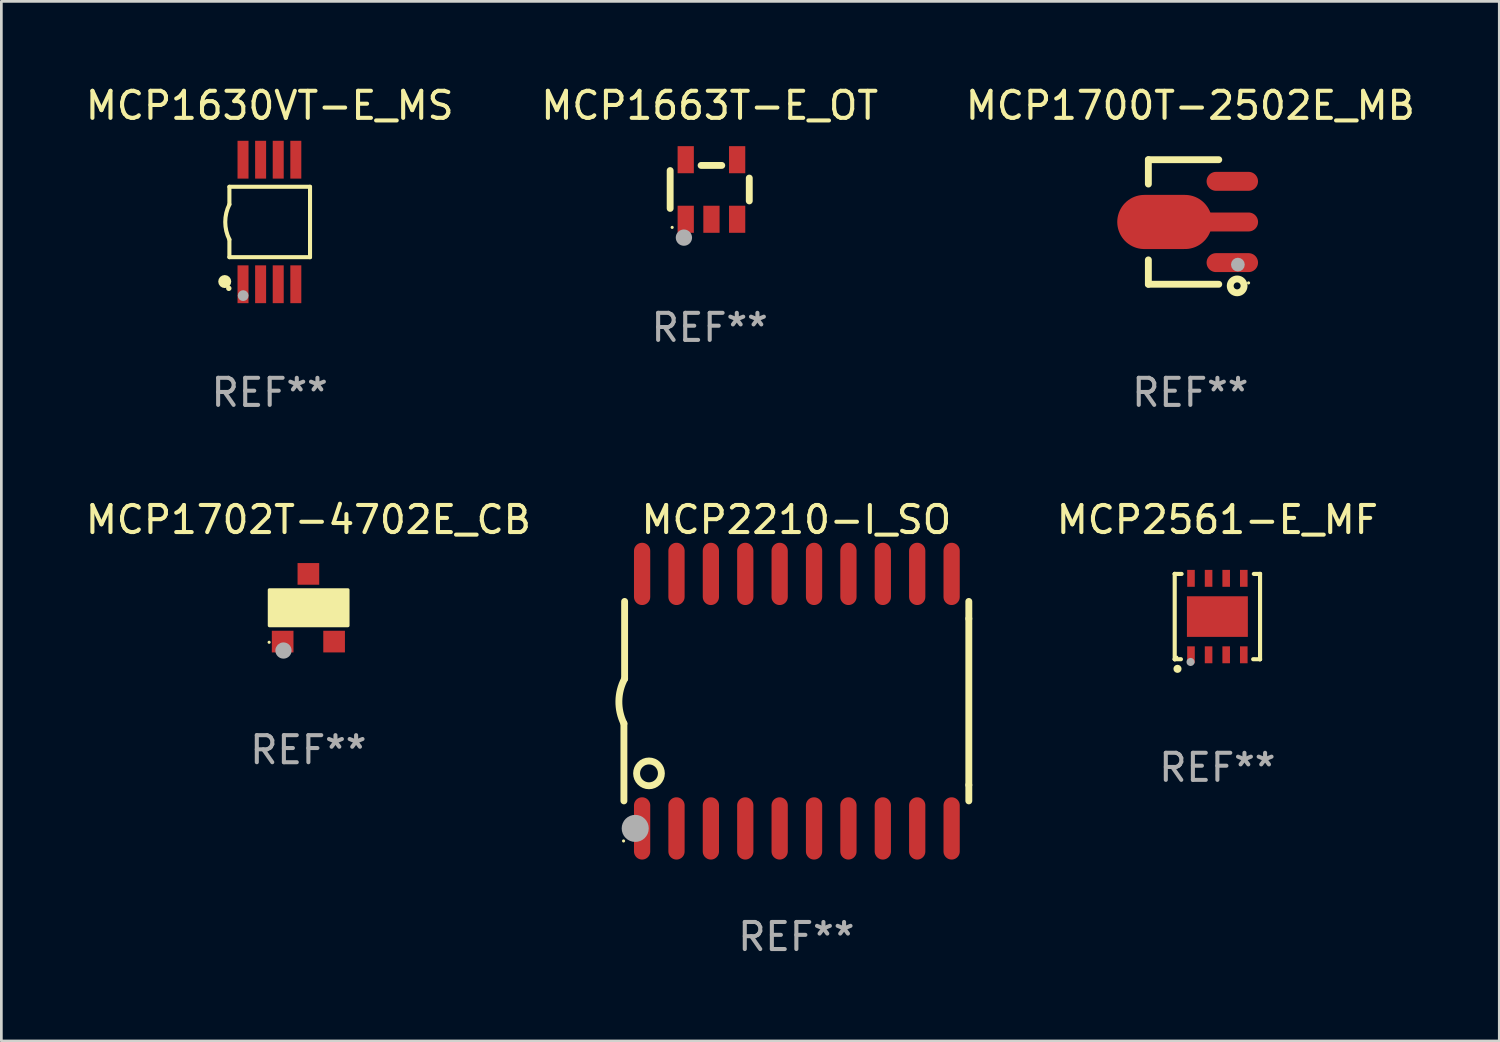
<source format=kicad_pcb>
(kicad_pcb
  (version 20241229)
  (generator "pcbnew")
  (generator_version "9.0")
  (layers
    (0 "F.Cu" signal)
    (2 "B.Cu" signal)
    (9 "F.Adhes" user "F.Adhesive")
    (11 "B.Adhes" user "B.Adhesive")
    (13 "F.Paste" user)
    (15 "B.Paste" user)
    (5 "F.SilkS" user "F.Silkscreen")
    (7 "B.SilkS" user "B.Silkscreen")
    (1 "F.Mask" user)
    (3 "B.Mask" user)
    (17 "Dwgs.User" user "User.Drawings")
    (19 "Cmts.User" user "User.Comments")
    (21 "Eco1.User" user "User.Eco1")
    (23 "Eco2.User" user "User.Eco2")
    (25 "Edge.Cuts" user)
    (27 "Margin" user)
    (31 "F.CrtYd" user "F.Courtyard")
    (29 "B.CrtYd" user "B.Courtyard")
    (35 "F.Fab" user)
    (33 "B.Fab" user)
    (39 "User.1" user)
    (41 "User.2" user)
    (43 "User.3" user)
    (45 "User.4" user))
  (footprint "MCP1630VT-E_MS"
    (layer "F.Cu")
    (at 6.911 5.148)
    (property "Reference" "MCP1630VT-E_MS" (at 0 -4.3 0) (layer "F.SilkS") (effects (font (size 1 1) (thickness 0.15))))
    (attr through_hole)
    (fp_line (start -1.489 -1.3) (end -1.489 -0.648) (stroke (width 0.15) (type solid)) (layer "F.SilkS"))
    (fp_line (start -1.489 0.648) (end -1.489 1.3) (stroke (width 0.15) (type solid)) (layer "F.SilkS"))
    (fp_line (start -1.489 1.3) (end 1.489 1.3) (stroke (width 0.15) (type solid)) (layer "F.SilkS"))
    (fp_line (start 1.489 -1.3) (end -1.489 -1.3) (stroke (width 0.15) (type solid)) (layer "F.SilkS"))
    (fp_line (start 1.489 1.3) (end 1.489 -1.3) (stroke (width 0.15) (type solid)) (layer "F.SilkS"))
    (fp_arc (start -1.489205 0.647702) (mid -1.642107 0) (end -1.489205 -0.647701) (stroke (width 0.150013) (type solid)) (layer "F.SilkS"))
    (fp_circle (center -1.661 2.2) (end -1.541 2.2) (stroke (width 0.24) (type solid)) (fill no) (layer "F.SilkS"))
    (fp_circle (center -1.511 2.45) (end -1.461 2.45) (stroke (width 0.1) (type solid)) (fill no) (layer "F.SilkS"))
    (fp_circle (center -0.981 2.72) (end -0.881 2.72) (stroke (width 0.2) (type solid)) (fill no) (layer "F.Fab"))
    (fp_text user "REF**" (at 0 6.3 0) (layer "F.Fab") (effects (font (size 1 1) (thickness 0.15))))
    (pad "1" smd rect (at -0.986 2.3) (size 0.406 1.397) (layers "F.Cu" "F.Mask" "F.Paste"))
    (pad "2" smd rect (at -0.336 2.3) (size 0.406 1.397) (layers "F.Cu" "F.Mask" "F.Paste"))
    (pad "3" smd rect (at 0.314 2.3) (size 0.406 1.397) (layers "F.Cu" "F.Mask" "F.Paste"))
    (pad "4" smd rect (at 0.964 2.3) (size 0.406 1.397) (layers "F.Cu" "F.Mask" "F.Paste"))
    (pad "5" smd rect (at 0.964 -2.3) (size 0.406 1.397) (layers "F.Cu" "F.Mask" "F.Paste"))
    (pad "6" smd rect (at 0.314 -2.3) (size 0.406 1.397) (layers "F.Cu" "F.Mask" "F.Paste"))
    (pad "7" smd rect (at -0.336 -2.3) (size 0.406 1.397) (layers "F.Cu" "F.Mask" "F.Paste"))
    (pad "8" smd rect (at -0.986 -2.3) (size 0.406 1.397) (layers "F.Cu" "F.Mask" "F.Paste")))
  (footprint "MCP1700T-2502E_MB"
    (layer "F.Cu")
    (at 40.911 5.148)
    (property "Reference" "MCP1700T-2502E_MB" (at 0 -4.3 0) (layer "F.SilkS") (effects (font (size 1 1) (thickness 0.15))))
    (attr through_hole)
    (fp_line (start -1.55 -2.3) (end -1.55 -1.4) (stroke (width 0.254) (type solid)) (layer "F.SilkS"))
    (fp_line (start -1.55 1.4) (end -1.55 2.3) (stroke (width 0.254) (type solid)) (layer "F.SilkS"))
    (fp_line (start -1.55 2.3) (end 1.05 2.3) (stroke (width 0.254) (type solid)) (layer "F.SilkS"))
    (fp_line (start 1.05 -2.3) (end -1.55 -2.3) (stroke (width 0.254) (type solid)) (layer "F.SilkS"))
    (fp_circle (center 1.729 2.36) (end 1.985 2.36) (stroke (width 0.254) (type solid)) (fill no) (layer "F.SilkS"))
    (fp_circle (center 2.15 2.25) (end 2.18 2.25) (stroke (width 0.06) (type solid)) (fill no) (layer "F.SilkS"))
    (fp_circle (center 1.756 1.575) (end 1.883 1.575) (stroke (width 0.254) (type solid)) (fill no) (layer "F.Fab"))
    (fp_text user "REF**" (at 0 6.3 0) (layer "F.Fab") (effects (font (size 1 1) (thickness 0.15))))
    (pad "1" smd oval (at 1.55 1.501 270) (size 0.7 1.9) (layers "F.Cu" "F.Mask" "F.Paste"))
    (pad "2" smd oval (at -0.949 0 270) (size 2 3.5) (layers "F.Cu" "F.Mask" "F.Paste"))
    (pad "2" smd oval (at 1.451 0) (size 2.1 0.7) (layers "F.Cu" "F.Mask" "F.Paste"))
    (pad "3" smd oval (at 1.55 -1.501 270) (size 0.7 1.9) (layers "F.Cu" "F.Mask" "F.Paste")))
  (footprint "MCP1663T-E_OT"
    (layer "F.Cu")
    (at 23.161 3.948)
    (property "Reference" "MCP1663T-E_OT" (at 0 -3.1 0) (layer "F.SilkS") (effects (font (size 1 1) (thickness 0.15))))
    (attr through_hole)
    (fp_line (start -1.461 -0.699) (end -1.461 0.699) (stroke (width 0.254) (type solid)) (layer "F.SilkS"))
    (fp_line (start -0.318 -0.889) (end 0.445 -0.889) (stroke (width 0.254) (type solid)) (layer "F.SilkS"))
    (fp_line (start 1.461 -0.422) (end 1.461 0.422) (stroke (width 0.254) (type solid)) (layer "F.SilkS"))
    (fp_circle (center -1.387 1.4) (end -1.357 1.4) (stroke (width 0.06) (type solid)) (fill no) (layer "F.SilkS"))
    (fp_circle (center -0.953 1.778) (end -0.802 1.778) (stroke (width 0.3) (type solid)) (fill no) (layer "F.Fab"))
    (fp_text user "REF**" (at 0 5.1 0) (layer "F.Fab") (effects (font (size 1 1) (thickness 0.15))))
    (pad "1" smd rect (at -0.886 1.1) (size 0.6 1) (layers "F.Cu" "F.Mask" "F.Paste"))
    (pad "2" smd rect (at 0.064 1.1) (size 0.6 1) (layers "F.Cu" "F.Mask" "F.Paste"))
    (pad "3" smd rect (at 1.013 1.1) (size 0.6 1) (layers "F.Cu" "F.Mask" "F.Paste"))
    (pad "4" smd rect (at 1.013 -1.1) (size 0.6 1) (layers "F.Cu" "F.Mask" "F.Paste"))
    (pad "5" smd rect (at -0.886 -1.1) (size 0.6 1) (layers "F.Cu" "F.Mask" "F.Paste")))
  (footprint "MCP2561-E_MF"
    (layer "F.Cu")
    (at 41.91 19.721)
    (property "Reference" "MCP2561-E_MF" (at 0 -3.576 0) (layer "F.SilkS") (effects (font (size 1 1) (thickness 0.15))))
    (attr through_hole)
    (fp_line (start -1.576 -1.576) (end -1.576 -1.576) (stroke (width 0.152) (type solid)) (layer "F.SilkS"))
    (fp_line (start -1.576 -1.576) (end -1.576 1.576) (stroke (width 0.152) (type solid)) (layer "F.SilkS"))
    (fp_line (start -1.576 1.576) (end -1.576 1.576) (stroke (width 0.152) (type solid)) (layer "F.SilkS"))
    (fp_line (start -1.576 1.576) (end -1.346 1.575) (stroke (width 0.152) (type solid)) (layer "F.SilkS"))
    (fp_line (start -1.321 -1.575) (end -1.576 -1.576) (stroke (width 0.152) (type solid)) (layer "F.SilkS"))
    (fp_line (start 1.321 1.575) (end 1.576 1.576) (stroke (width 0.152) (type solid)) (layer "F.SilkS"))
    (fp_line (start 1.576 -1.576) (end 1.346 -1.575) (stroke (width 0.152) (type solid)) (layer "F.SilkS"))
    (fp_line (start 1.576 -1.576) (end 1.576 -1.576) (stroke (width 0.152) (type solid)) (layer "F.SilkS"))
    (fp_line (start 1.576 1.576) (end 1.576 -1.576) (stroke (width 0.152) (type solid)) (layer "F.SilkS"))
    (fp_line (start 1.576 1.576) (end 1.576 1.576) (stroke (width 0.152) (type solid)) (layer "F.SilkS"))
    (fp_circle (center -1.5 1.5) (end -1.47 1.5) (stroke (width 0.06) (type solid)) (fill no) (layer "F.SilkS"))
    (fp_circle (center -1.473 1.93) (end -1.398 1.93) (stroke (width 0.15) (type solid)) (fill no) (layer "F.SilkS"))
    (fp_circle (center -0.991 1.676) (end -0.916 1.676) (stroke (width 0.15) (type solid)) (fill no) (layer "F.Fab"))
    (fp_text user "REF**" (at 0 5.576 0) (layer "F.Fab") (effects (font (size 1 1) (thickness 0.15))))
    (pad "1" smd rect (at -0.975 1.412) (size 0.28 0.625) (layers "F.Cu" "F.Mask" "F.Paste"))
    (pad "2" smd rect (at -0.325 1.412) (size 0.28 0.625) (layers "F.Cu" "F.Mask" "F.Paste"))
    (pad "3" smd rect (at 0.325 1.412) (size 0.28 0.625) (layers "F.Cu" "F.Mask" "F.Paste"))
    (pad "4" smd rect (at 0.975 1.412) (size 0.28 0.625) (layers "F.Cu" "F.Mask" "F.Paste"))
    (pad "5" smd rect (at 0.975 -1.412) (size 0.28 0.625) (layers "F.Cu" "F.Mask" "F.Paste"))
    (pad "6" smd rect (at 0.325 -1.412) (size 0.28 0.625) (layers "F.Cu" "F.Mask" "F.Paste"))
    (pad "7" smd rect (at -0.325 -1.412) (size 0.28 0.625) (layers "F.Cu" "F.Mask" "F.Paste"))
    (pad "8" smd rect (at -0.975 -1.412) (size 0.28 0.625) (layers "F.Cu" "F.Mask" "F.Paste"))
    (pad "9" smd rect (at 0 0) (size 2.25 1.5) (layers "F.Cu" "F.Mask" "F.Paste")))
  (footprint "MCP2210-I_SO"
    (layer "F.Cu")
    (at 26.361 22.845)
    (property "Reference" "MCP2210-I_SO" (at 0 -6.7 0) (layer "F.SilkS") (effects (font (size 1 1) (thickness 0.15))))
    (attr through_hole)
    (fp_line (start -6.369 0.826) (end -6.369 3.683) (stroke (width 0.254) (type solid)) (layer "F.SilkS"))
    (fp_line (start -6.343 -0.825) (end -6.343 -3.683) (stroke (width 0.254) (type solid)) (layer "F.SilkS"))
    (fp_line (start 6.369 -3.048) (end 6.369 -3.683) (stroke (width 0.254) (type solid)) (layer "F.SilkS"))
    (fp_line (start 6.369 -3.048) (end 6.369 3.096) (stroke (width 0.254) (type solid)) (layer "F.SilkS"))
    (fp_line (start 6.369 3.096) (end 6.369 3.683) (stroke (width 0.254) (type solid)) (layer "F.SilkS"))
    (fp_arc (start -6.36853 0.825552) (mid -6.554743 -0.00301) (end -6.343129 -0.825451) (stroke (width 0.254001) (type solid)) (layer "F.SilkS"))
    (fp_circle (center -6.382 5.163) (end -6.352 5.163) (stroke (width 0.06) (type solid)) (fill no) (layer "F.SilkS"))
    (fp_circle (center -5.443 2.667) (end -4.985 2.667) (stroke (width 0.254) (type solid)) (fill no) (layer "F.SilkS"))
    (fp_circle (center -5.951 4.699) (end -5.701 4.699) (stroke (width 0.5) (type solid)) (fill no) (layer "F.Fab"))
    (fp_text user "REF**" (at 0 8.7 0) (layer "F.Fab") (effects (font (size 1 1) (thickness 0.15))))
    (pad "1" smd oval (at -5.697 4.7 180) (size 0.6 2.3) (layers "F.Cu" "F.Mask" "F.Paste"))
    (pad "2" smd oval (at -4.427 4.7 180) (size 0.6 2.3) (layers "F.Cu" "F.Mask" "F.Paste"))
    (pad "3" smd oval (at -3.157 4.7 180) (size 0.6 2.3) (layers "F.Cu" "F.Mask" "F.Paste"))
    (pad "4" smd oval (at -1.887 4.7 180) (size 0.6 2.3) (layers "F.Cu" "F.Mask" "F.Paste"))
    (pad "5" smd oval (at -0.617 4.7 180) (size 0.6 2.3) (layers "F.Cu" "F.Mask" "F.Paste"))
    (pad "6" smd oval (at 0.653 4.7 180) (size 0.6 2.3) (layers "F.Cu" "F.Mask" "F.Paste"))
    (pad "7" smd oval (at 1.923 4.7 180) (size 0.6 2.3) (layers "F.Cu" "F.Mask" "F.Paste"))
    (pad "8" smd oval (at 3.193 4.7 180) (size 0.6 2.3) (layers "F.Cu" "F.Mask" "F.Paste"))
    (pad "9" smd oval (at 4.463 4.7 180) (size 0.6 2.3) (layers "F.Cu" "F.Mask" "F.Paste"))
    (pad "10" smd oval (at 5.734 4.7 180) (size 0.6 2.3) (layers "F.Cu" "F.Mask" "F.Paste"))
    (pad "11" smd oval (at 5.734 -4.7 180) (size 0.6 2.3) (layers "F.Cu" "F.Mask" "F.Paste"))
    (pad "12" smd oval (at 4.463 -4.7 180) (size 0.6 2.3) (layers "F.Cu" "F.Mask" "F.Paste"))
    (pad "13" smd oval (at 3.193 -4.7 180) (size 0.6 2.3) (layers "F.Cu" "F.Mask" "F.Paste"))
    (pad "14" smd oval (at 1.923 -4.7 180) (size 0.6 2.3) (layers "F.Cu" "F.Mask" "F.Paste"))
    (pad "15" smd oval (at 0.653 -4.7 180) (size 0.6 2.3) (layers "F.Cu" "F.Mask" "F.Paste"))
    (pad "16" smd oval (at -0.617 -4.7 180) (size 0.6 2.3) (layers "F.Cu" "F.Mask" "F.Paste"))
    (pad "17" smd oval (at -1.887 -4.7 180) (size 0.6 2.3) (layers "F.Cu" "F.Mask" "F.Paste"))
    (pad "18" smd oval (at -3.157 -4.7 180) (size 0.6 2.3) (layers "F.Cu" "F.Mask" "F.Paste"))
    (pad "19" smd oval (at -4.427 -4.7 180) (size 0.6 2.3) (layers "F.Cu" "F.Mask" "F.Paste"))
    (pad "20" smd oval (at -5.697 -4.7 180) (size 0.6 2.3) (layers "F.Cu" "F.Mask" "F.Paste")))
  (footprint "MCP1702T-4702E_CB"
    (layer "F.Cu")
    (at 8.339 19.395)
    (property "Reference" "MCP1702T-4702E_CB" (at 0 -3.25 0) (layer "F.SilkS") (effects (font (size 1 1) (thickness 0.15))))
    (attr through_hole)
    (fp_circle (center -1.45 1.275) (end -1.42 1.275) (stroke (width 0.06) (type solid)) (fill no) (layer "F.SilkS"))
    (fp_poly (pts (xy -1.44 -0.66) (xy 1.46 -0.66) (xy 1.46 0.66) (xy -1.44 0.66)) (stroke (width 0.12) (type solid)) (fill yes) (layer "F.SilkS"))
    (fp_circle (center -0.92 1.58) (end -0.77 1.58) (stroke (width 0.3) (type solid)) (fill no) (layer "F.Fab"))
    (fp_text user "REF**" (at 0 5.25 0) (layer "F.Fab") (effects (font (size 1 1) (thickness 0.15))))
    (pad "1" smd rect (at -0.95 1.25) (size 0.8 0.8) (layers "F.Cu" "F.Mask" "F.Paste"))
    (pad "2" smd rect (at 0.95 1.25) (size 0.8 0.8) (layers "F.Cu" "F.Mask" "F.Paste"))
    (pad "3" smd rect (at 0 -1.25) (size 0.8 0.8) (layers "F.Cu" "F.Mask" "F.Paste")))
  (gr_rect
    (start -3 -3)
    (end 52.321 35.393)
    (stroke (width 0.1) (type default))
    (fill no)
    (layer "Edge.Cuts")))
</source>
